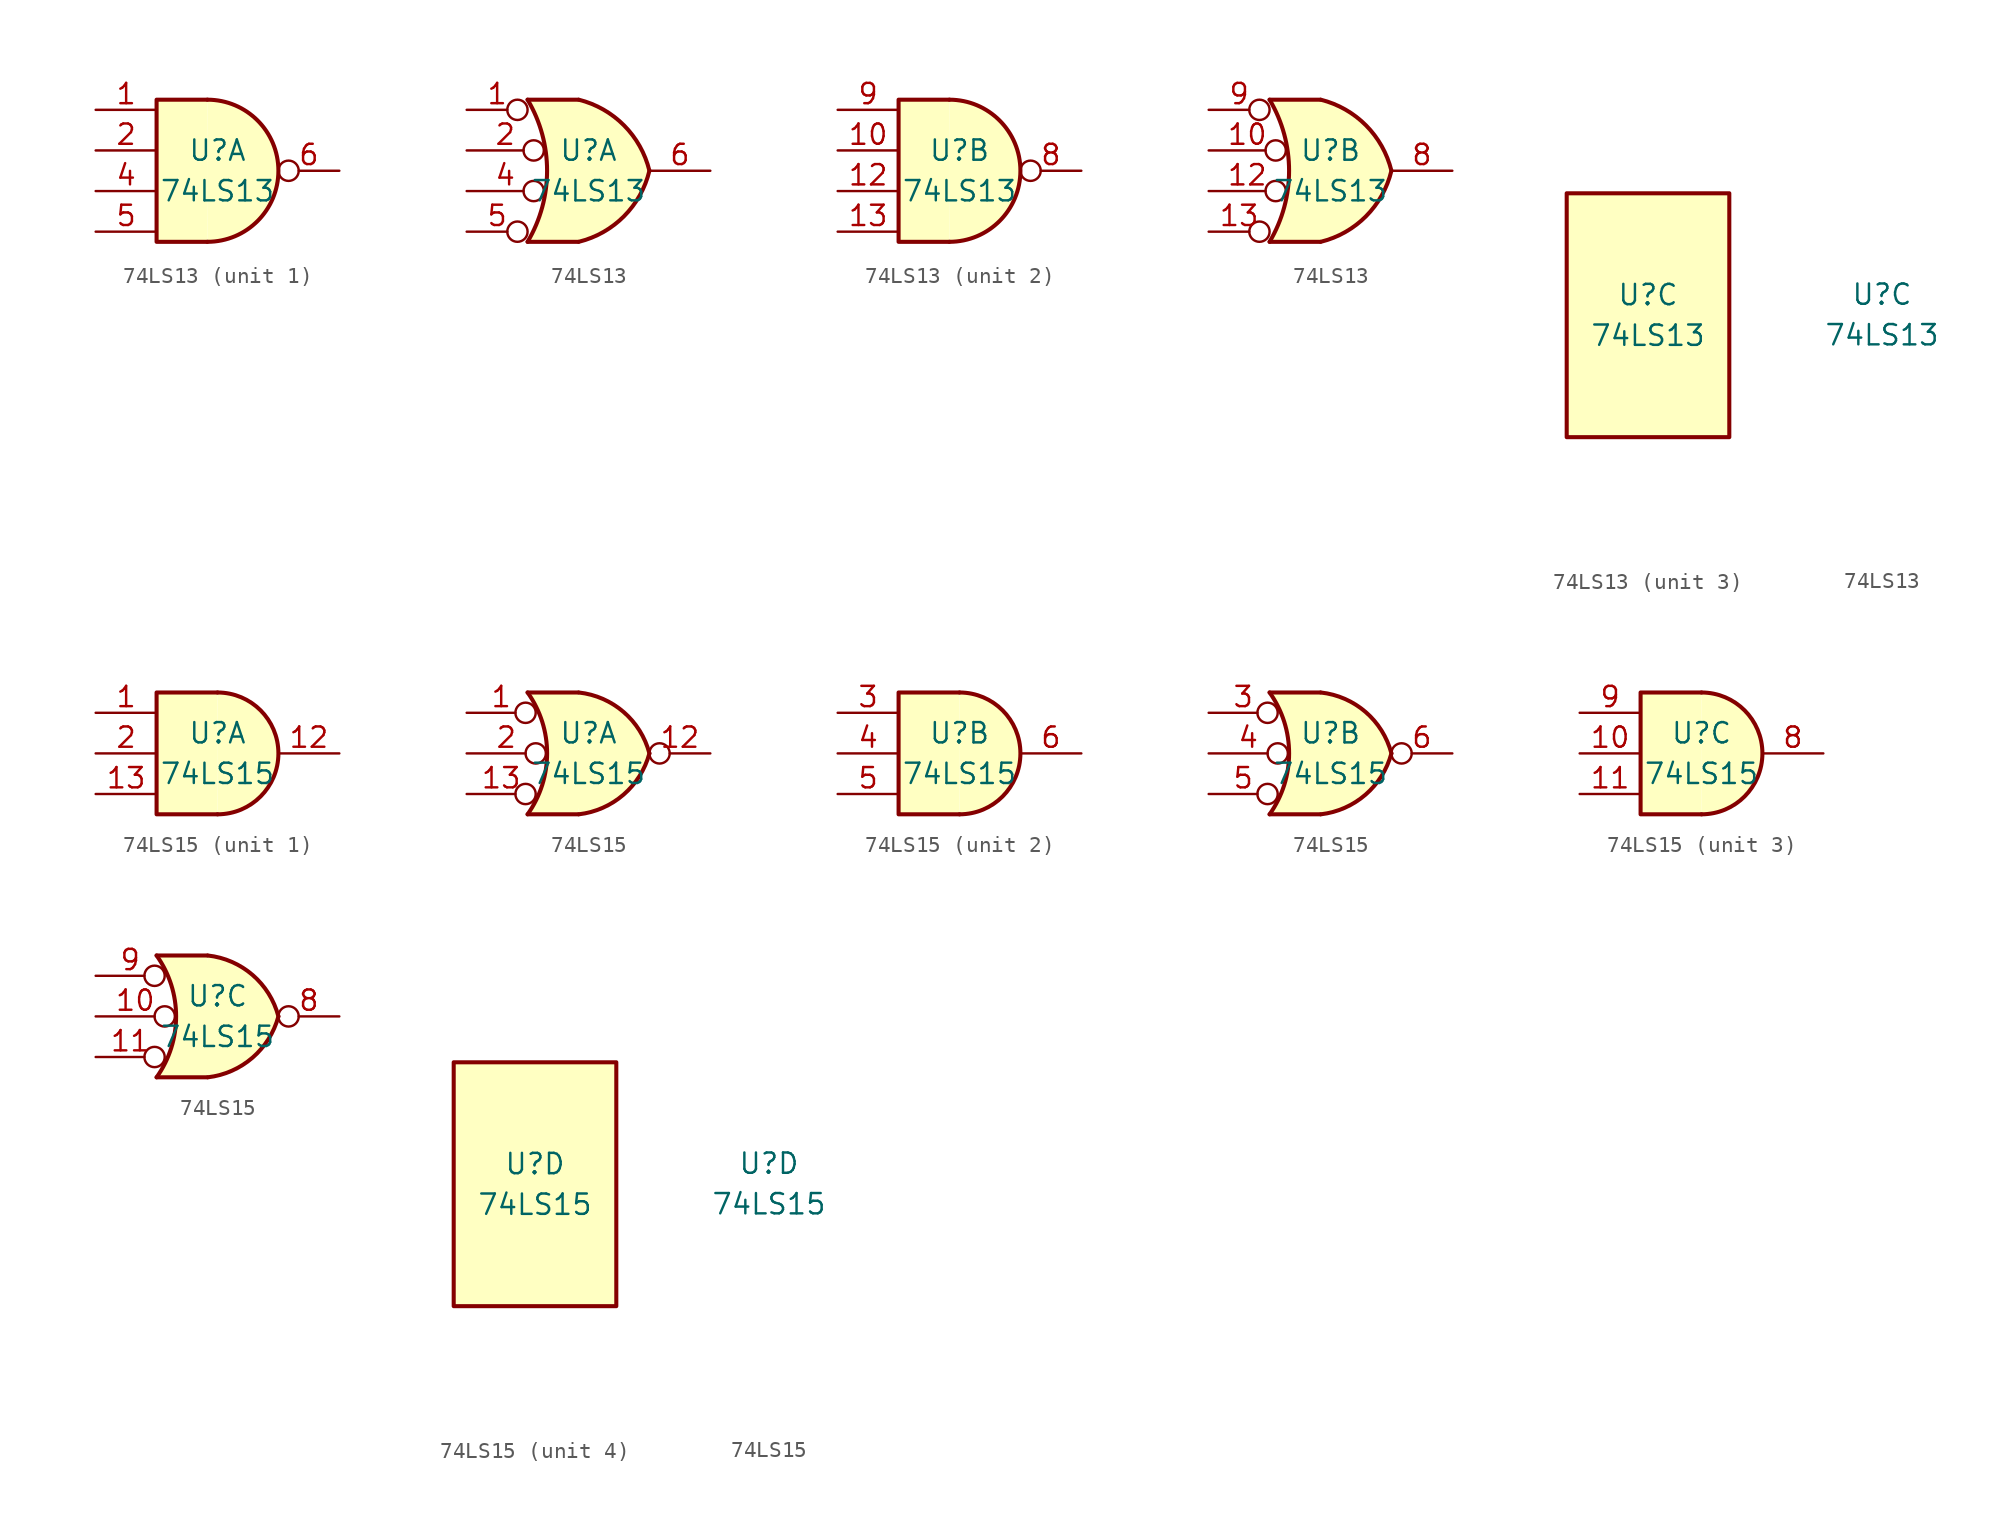
<source format=kicad_sym>
(kicad_symbol_lib
  (version 20211014)
  (generator kicad_symbol_editor)
  (symbol "74LS13"
    (pin_names
      (offset 1.016))
    (property "Reference" "U"
      (at 0 1.27 0)
      (effects (font (size 1.27 1.27))))
    (property "Value" "74LS13"
      (at 0 -1.27 0)
      (effects (font (size 1.27 1.27))))
    (property "ki_locked" ""
      (at 0 0 0)
      (effects (font (size 1.27 1.27))))
    (symbol "74LS13_1_1"
      (arc (start -0.635 -4.445) (mid 3.81 0) (end -0.635 4.445) (stroke (width 0.254) (type default) (color 0 0 0 0)) (fill (type background)))
      (polyline (pts (xy -0.635 4.445) (xy -3.81 4.445) (xy -3.81 -4.445) (xy -0.635 -4.445)) (stroke (width 0.254) (type default) (color 0 0 0 0)) (fill (type background)))
      (pin input line (at -7.62 3.81 0) (length 3.81) (name "~" (effects (font (size 1.27 1.27)))) (number "1" (effects (font (size 1.27 1.27)))))
      (pin input line (at -7.62 1.27 0) (length 3.81) (name "~" (effects (font (size 1.27 1.27)))) (number "2" (effects (font (size 1.27 1.27)))))
      (pin input line (at -7.62 -1.27 0) (length 3.81) (name "~" (effects (font (size 1.27 1.27)))) (number "4" (effects (font (size 1.27 1.27)))))
      (pin input line (at -7.62 -3.81 0) (length 3.81) (name "~" (effects (font (size 1.27 1.27)))) (number "5" (effects (font (size 1.27 1.27)))))
      (pin output inverted (at 7.62 0 180) (length 3.81) (name "~" (effects (font (size 1.27 1.27)))) (number "6" (effects (font (size 1.27 1.27))))))
    (symbol "74LS13_1_2"
      (arc (start -3.81 -4.445) (mid -2.5908 0) (end -3.81 4.445) (stroke (width 0.254) (type default) (color 0 0 0 0)) (fill (type none)))
      (arc (start -0.6096 -4.445) (mid 2.2246 -2.8422) (end 3.81 0) (stroke (width 0.254) (type default) (color 0 0 0 0)) (fill (type background)))
      (polyline (pts (xy -3.81 -4.445) (xy -0.635 -4.445)) (stroke (width 0.254) (type default) (color 0 0 0 0)) (fill (type background)))
      (polyline (pts (xy -3.81 4.445) (xy -0.635 4.445)) (stroke (width 0.254) (type default) (color 0 0 0 0)) (fill (type background)))
      (polyline (pts (xy -0.635 4.445) (xy -3.81 4.445) (xy -3.81 4.445) (xy -3.632 4.089) (xy -3.099 2.921) (xy -2.769 1.676) (xy -2.616 0.432) (xy -2.642 -0.864) (xy -2.87 -2.108) (xy -3.251 -3.327) (xy -3.81 -4.445) (xy -3.81 -4.445) (xy -0.635 -4.445)) (stroke (width -25.4) (type default) (color 0 0 0 0)) (fill (type background)))
      (arc (start 3.81 0) (mid 2.2204 2.8379) (end -0.6096 4.445) (stroke (width 0.254) (type default) (color 0 0 0 0)) (fill (type background)))
      (pin input inverted (at -7.62 3.81 0) (length 3.81) (name "~" (effects (font (size 1.27 1.27)))) (number "1" (effects (font (size 1.27 1.27)))))
      (pin input inverted (at -7.62 1.27 0) (length 4.826) (name "~" (effects (font (size 1.27 1.27)))) (number "2" (effects (font (size 1.27 1.27)))))
      (pin input inverted (at -7.62 -1.27 0) (length 4.826) (name "~" (effects (font (size 1.27 1.27)))) (number "4" (effects (font (size 1.27 1.27)))))
      (pin input inverted (at -7.62 -3.81 0) (length 3.81) (name "~" (effects (font (size 1.27 1.27)))) (number "5" (effects (font (size 1.27 1.27)))))
      (pin output line (at 7.62 0 180) (length 3.81) (name "~" (effects (font (size 1.27 1.27)))) (number "6" (effects (font (size 1.27 1.27))))))
    (symbol "74LS13_2_1"
      (arc (start -0.635 -4.445) (mid 3.81 0) (end -0.635 4.445) (stroke (width 0.254) (type default) (color 0 0 0 0)) (fill (type background)))
      (polyline (pts (xy -0.635 4.445) (xy -3.81 4.445) (xy -3.81 -4.445) (xy -0.635 -4.445)) (stroke (width 0.254) (type default) (color 0 0 0 0)) (fill (type background)))
      (pin input line (at -7.62 1.27 0) (length 3.81) (name "~" (effects (font (size 1.27 1.27)))) (number "10" (effects (font (size 1.27 1.27)))))
      (pin input line (at -7.62 -1.27 0) (length 3.81) (name "~" (effects (font (size 1.27 1.27)))) (number "12" (effects (font (size 1.27 1.27)))))
      (pin input line (at -7.62 -3.81 0) (length 3.81) (name "~" (effects (font (size 1.27 1.27)))) (number "13" (effects (font (size 1.27 1.27)))))
      (pin output inverted (at 7.62 0 180) (length 3.81) (name "~" (effects (font (size 1.27 1.27)))) (number "8" (effects (font (size 1.27 1.27)))))
      (pin input line (at -7.62 3.81 0) (length 3.81) (name "~" (effects (font (size 1.27 1.27)))) (number "9" (effects (font (size 1.27 1.27))))))
    (symbol "74LS13_2_2"
      (arc (start -3.81 -4.445) (mid -2.5908 0) (end -3.81 4.445) (stroke (width 0.254) (type default) (color 0 0 0 0)) (fill (type none)))
      (arc (start -0.6096 -4.445) (mid 2.2246 -2.8422) (end 3.81 0) (stroke (width 0.254) (type default) (color 0 0 0 0)) (fill (type background)))
      (polyline (pts (xy -3.81 -4.445) (xy -0.635 -4.445)) (stroke (width 0.254) (type default) (color 0 0 0 0)) (fill (type background)))
      (polyline (pts (xy -3.81 4.445) (xy -0.635 4.445)) (stroke (width 0.254) (type default) (color 0 0 0 0)) (fill (type background)))
      (polyline (pts (xy -0.635 4.445) (xy -3.81 4.445) (xy -3.81 4.445) (xy -3.632 4.089) (xy -3.099 2.921) (xy -2.769 1.676) (xy -2.616 0.432) (xy -2.642 -0.864) (xy -2.87 -2.108) (xy -3.251 -3.327) (xy -3.81 -4.445) (xy -3.81 -4.445) (xy -0.635 -4.445)) (stroke (width -25.4) (type default) (color 0 0 0 0)) (fill (type background)))
      (arc (start 3.81 0) (mid 2.2204 2.8379) (end -0.6096 4.445) (stroke (width 0.254) (type default) (color 0 0 0 0)) (fill (type background)))
      (pin input inverted (at -7.62 1.27 0) (length 4.826) (name "~" (effects (font (size 1.27 1.27)))) (number "10" (effects (font (size 1.27 1.27)))))
      (pin input inverted (at -7.62 -1.27 0) (length 4.826) (name "~" (effects (font (size 1.27 1.27)))) (number "12" (effects (font (size 1.27 1.27)))))
      (pin input inverted (at -7.62 -3.81 0) (length 3.81) (name "~" (effects (font (size 1.27 1.27)))) (number "13" (effects (font (size 1.27 1.27)))))
      (pin output line (at 7.62 0 180) (length 3.81) (name "~" (effects (font (size 1.27 1.27)))) (number "8" (effects (font (size 1.27 1.27)))))
      (pin input inverted (at -7.62 3.81 0) (length 3.81) (name "~" (effects (font (size 1.27 1.27)))) (number "9" (effects (font (size 1.27 1.27))))))
    (symbol "74LS13_3_0"
      (pin input line (at 0 12.7 270) (length 5.08) hide (name "VCC" (effects (font (size 1.27 1.27)))) (number "14" (effects (font (size 1.27 1.27)))))
      (pin input line (at 0 -12.7 90) (length 5.08) hide (name "GND" (effects (font (size 1.27 1.27)))) (number "7" (effects (font (size 1.27 1.27))))))
    (symbol "74LS13_3_1"
      (rectangle (start -5.08 7.62) (end 5.08 -7.62) (stroke (width 0.254) (type default) (color 0 0 0 0)) (fill (type background)))))
  (symbol "74LS15"
    (pin_names
      (offset 1.016))
    (property "Reference" "U"
      (at 0 1.27 0)
      (effects (font (size 1.27 1.27))))
    (property "Value" "74LS15"
      (at 0 -1.27 0)
      (effects (font (size 1.27 1.27))))
    (property "ki_locked" ""
      (at 0 0 0)
      (effects (font (size 1.27 1.27))))
    (symbol "74LS15_1_1"
      (arc (start 0 -3.81) (mid 3.81 0) (end 0 3.81) (stroke (width 0.254) (type default) (color 0 0 0 0)) (fill (type background)))
      (polyline (pts (xy 0 3.81) (xy -3.81 3.81) (xy -3.81 -3.81) (xy 0 -3.81)) (stroke (width 0.254) (type default) (color 0 0 0 0)) (fill (type background)))
      (pin input line (at -7.62 2.54 0) (length 3.81) (name "~" (effects (font (size 1.27 1.27)))) (number "1" (effects (font (size 1.27 1.27)))))
      (pin open_collector line (at 7.62 0 180) (length 3.81) (name "~" (effects (font (size 1.27 1.27)))) (number "12" (effects (font (size 1.27 1.27)))))
      (pin input line (at -7.62 -2.54 0) (length 3.81) (name "~" (effects (font (size 1.27 1.27)))) (number "13" (effects (font (size 1.27 1.27)))))
      (pin input line (at -7.62 0 0) (length 3.81) (name "~" (effects (font (size 1.27 1.27)))) (number "2" (effects (font (size 1.27 1.27))))))
    (symbol "74LS15_1_2"
      (arc (start -3.81 -3.81) (mid -2.589 0) (end -3.81 3.81) (stroke (width 0.254) (type default) (color 0 0 0 0)) (fill (type none)))
      (arc (start -0.6096 -3.81) (mid 2.1842 -2.5851) (end 3.81 0) (stroke (width 0.254) (type default) (color 0 0 0 0)) (fill (type background)))
      (polyline (pts (xy -3.81 -3.81) (xy -0.635 -3.81)) (stroke (width 0.254) (type default) (color 0 0 0 0)) (fill (type background)))
      (polyline (pts (xy -3.81 3.81) (xy -0.635 3.81)) (stroke (width 0.254) (type default) (color 0 0 0 0)) (fill (type background)))
      (polyline (pts (xy -0.635 3.81) (xy -3.81 3.81) (xy -3.81 3.81) (xy -3.556 3.404) (xy -3.023 2.261) (xy -2.692 1.041) (xy -2.616 -0.254) (xy -2.769 -1.499) (xy -3.175 -2.718) (xy -3.81 -3.81) (xy -3.81 -3.81) (xy -0.635 -3.81)) (stroke (width -25.4) (type default) (color 0 0 0 0)) (fill (type background)))
      (arc (start 3.81 0) (mid 2.1915 2.5936) (end -0.6096 3.81) (stroke (width 0.254) (type default) (color 0 0 0 0)) (fill (type background)))
      (pin input inverted (at -7.62 2.54 0) (length 4.318) (name "~" (effects (font (size 1.27 1.27)))) (number "1" (effects (font (size 1.27 1.27)))))
      (pin open_collector inverted (at 7.62 0 180) (length 3.81) (name "~" (effects (font (size 1.27 1.27)))) (number "12" (effects (font (size 1.27 1.27)))))
      (pin input inverted (at -7.62 -2.54 0) (length 4.318) (name "~" (effects (font (size 1.27 1.27)))) (number "13" (effects (font (size 1.27 1.27)))))
      (pin input inverted (at -7.62 0 0) (length 4.953) (name "~" (effects (font (size 1.27 1.27)))) (number "2" (effects (font (size 1.27 1.27))))))
    (symbol "74LS15_2_1"
      (arc (start 0 -3.81) (mid 3.81 0) (end 0 3.81) (stroke (width 0.254) (type default) (color 0 0 0 0)) (fill (type background)))
      (polyline (pts (xy 0 3.81) (xy -3.81 3.81) (xy -3.81 -3.81) (xy 0 -3.81)) (stroke (width 0.254) (type default) (color 0 0 0 0)) (fill (type background)))
      (pin input line (at -7.62 2.54 0) (length 3.81) (name "~" (effects (font (size 1.27 1.27)))) (number "3" (effects (font (size 1.27 1.27)))))
      (pin input line (at -7.62 0 0) (length 3.81) (name "~" (effects (font (size 1.27 1.27)))) (number "4" (effects (font (size 1.27 1.27)))))
      (pin input line (at -7.62 -2.54 0) (length 3.81) (name "~" (effects (font (size 1.27 1.27)))) (number "5" (effects (font (size 1.27 1.27)))))
      (pin open_collector line (at 7.62 0 180) (length 3.81) (name "~" (effects (font (size 1.27 1.27)))) (number "6" (effects (font (size 1.27 1.27))))))
    (symbol "74LS15_2_2"
      (arc (start -3.81 -3.81) (mid -2.589 0) (end -3.81 3.81) (stroke (width 0.254) (type default) (color 0 0 0 0)) (fill (type none)))
      (arc (start -0.6096 -3.81) (mid 2.1842 -2.5851) (end 3.81 0) (stroke (width 0.254) (type default) (color 0 0 0 0)) (fill (type background)))
      (polyline (pts (xy -3.81 -3.81) (xy -0.635 -3.81)) (stroke (width 0.254) (type default) (color 0 0 0 0)) (fill (type background)))
      (polyline (pts (xy -3.81 3.81) (xy -0.635 3.81)) (stroke (width 0.254) (type default) (color 0 0 0 0)) (fill (type background)))
      (polyline (pts (xy -0.635 3.81) (xy -3.81 3.81) (xy -3.81 3.81) (xy -3.556 3.404) (xy -3.023 2.261) (xy -2.692 1.041) (xy -2.616 -0.254) (xy -2.769 -1.499) (xy -3.175 -2.718) (xy -3.81 -3.81) (xy -3.81 -3.81) (xy -0.635 -3.81)) (stroke (width -25.4) (type default) (color 0 0 0 0)) (fill (type background)))
      (arc (start 3.81 0) (mid 2.1915 2.5936) (end -0.6096 3.81) (stroke (width 0.254) (type default) (color 0 0 0 0)) (fill (type background)))
      (pin input inverted (at -7.62 2.54 0) (length 4.318) (name "~" (effects (font (size 1.27 1.27)))) (number "3" (effects (font (size 1.27 1.27)))))
      (pin input inverted (at -7.62 0 0) (length 4.953) (name "~" (effects (font (size 1.27 1.27)))) (number "4" (effects (font (size 1.27 1.27)))))
      (pin input inverted (at -7.62 -2.54 0) (length 4.318) (name "~" (effects (font (size 1.27 1.27)))) (number "5" (effects (font (size 1.27 1.27)))))
      (pin open_collector inverted (at 7.62 0 180) (length 3.81) (name "~" (effects (font (size 1.27 1.27)))) (number "6" (effects (font (size 1.27 1.27))))))
    (symbol "74LS15_3_1"
      (arc (start 0 -3.81) (mid 3.81 0) (end 0 3.81) (stroke (width 0.254) (type default) (color 0 0 0 0)) (fill (type background)))
      (polyline (pts (xy 0 3.81) (xy -3.81 3.81) (xy -3.81 -3.81) (xy 0 -3.81)) (stroke (width 0.254) (type default) (color 0 0 0 0)) (fill (type background)))
      (pin input line (at -7.62 0 0) (length 3.81) (name "~" (effects (font (size 1.27 1.27)))) (number "10" (effects (font (size 1.27 1.27)))))
      (pin input line (at -7.62 -2.54 0) (length 3.81) (name "~" (effects (font (size 1.27 1.27)))) (number "11" (effects (font (size 1.27 1.27)))))
      (pin open_collector line (at 7.62 0 180) (length 3.81) (name "~" (effects (font (size 1.27 1.27)))) (number "8" (effects (font (size 1.27 1.27)))))
      (pin input line (at -7.62 2.54 0) (length 3.81) (name "~" (effects (font (size 1.27 1.27)))) (number "9" (effects (font (size 1.27 1.27))))))
    (symbol "74LS15_3_2"
      (arc (start -3.81 -3.81) (mid -2.589 0) (end -3.81 3.81) (stroke (width 0.254) (type default) (color 0 0 0 0)) (fill (type none)))
      (arc (start -0.6096 -3.81) (mid 2.1842 -2.5851) (end 3.81 0) (stroke (width 0.254) (type default) (color 0 0 0 0)) (fill (type background)))
      (polyline (pts (xy -3.81 -3.81) (xy -0.635 -3.81)) (stroke (width 0.254) (type default) (color 0 0 0 0)) (fill (type background)))
      (polyline (pts (xy -3.81 3.81) (xy -0.635 3.81)) (stroke (width 0.254) (type default) (color 0 0 0 0)) (fill (type background)))
      (polyline (pts (xy -0.635 3.81) (xy -3.81 3.81) (xy -3.81 3.81) (xy -3.556 3.404) (xy -3.023 2.261) (xy -2.692 1.041) (xy -2.616 -0.254) (xy -2.769 -1.499) (xy -3.175 -2.718) (xy -3.81 -3.81) (xy -3.81 -3.81) (xy -0.635 -3.81)) (stroke (width -25.4) (type default) (color 0 0 0 0)) (fill (type background)))
      (arc (start 3.81 0) (mid 2.1915 2.5936) (end -0.6096 3.81) (stroke (width 0.254) (type default) (color 0 0 0 0)) (fill (type background)))
      (pin input inverted (at -7.62 0 0) (length 4.953) (name "~" (effects (font (size 1.27 1.27)))) (number "10" (effects (font (size 1.27 1.27)))))
      (pin input inverted (at -7.62 -2.54 0) (length 4.318) (name "~" (effects (font (size 1.27 1.27)))) (number "11" (effects (font (size 1.27 1.27)))))
      (pin open_collector inverted (at 7.62 0 180) (length 3.81) (name "~" (effects (font (size 1.27 1.27)))) (number "8" (effects (font (size 1.27 1.27)))))
      (pin input inverted (at -7.62 2.54 0) (length 4.318) (name "~" (effects (font (size 1.27 1.27)))) (number "9" (effects (font (size 1.27 1.27))))))
    (symbol "74LS15_4_0"
      (pin input line (at 0 12.7 270) (length 5.08) hide (name "VCC" (effects (font (size 1.27 1.27)))) (number "14" (effects (font (size 1.27 1.27)))))
      (pin input line (at 0 -12.7 90) (length 5.08) hide (name "GND" (effects (font (size 1.27 1.27)))) (number "7" (effects (font (size 1.27 1.27))))))
    (symbol "74LS15_4_1"
      (rectangle (start -5.08 7.62) (end 5.08 -7.62) (stroke (width 0.254) (type default) (color 0 0 0 0)) (fill (type background))))))
</source>
